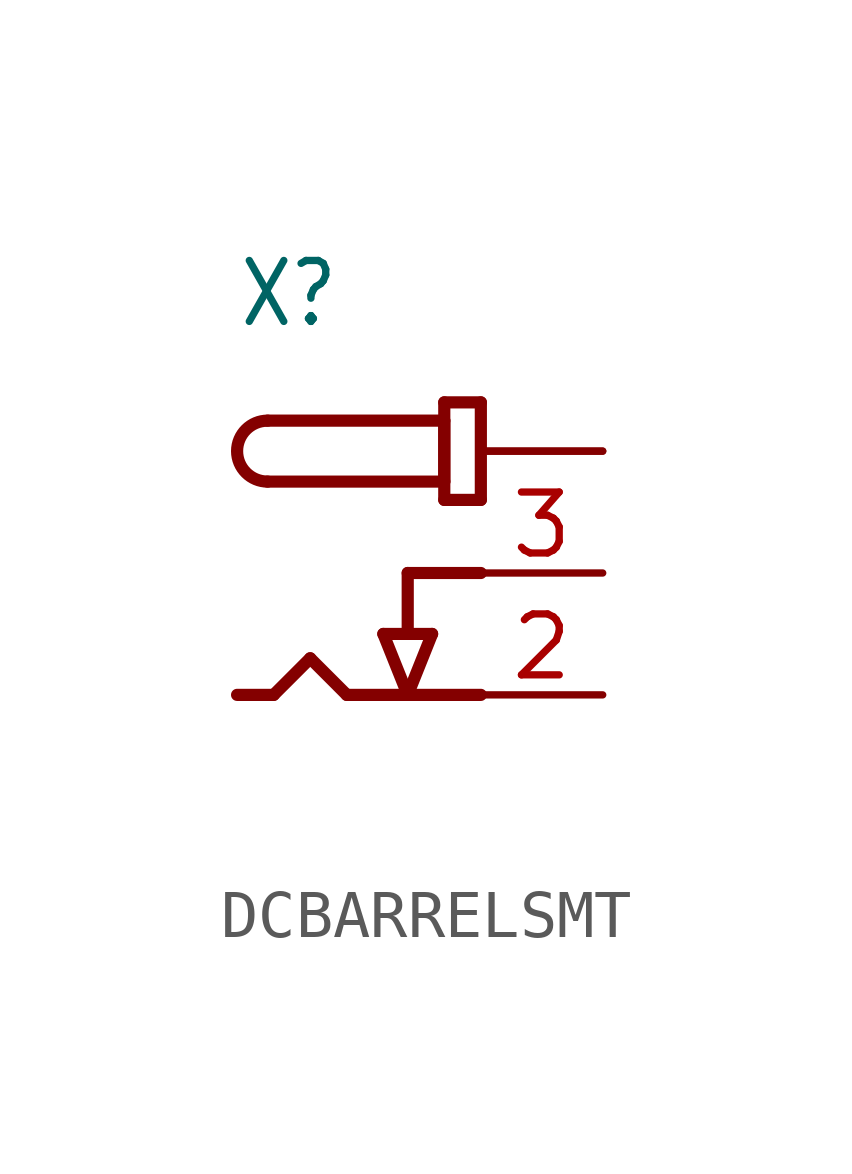
<source format=kicad_sym>
(kicad_symbol_lib
  (version 20220914)
  (generator kicad_symbol_editor)
  (symbol "DCBARRELSMT"
    (property "Reference" "X"
      (at -5.08 5.08 0)
      (effects (font (size 1.27 1.079)) (justify left bottom)))
    (property "Value" ""
      (at -5.08 -5.08 0)
      (effects (font (size 1.27 1.079)) (justify left bottom)))
    (property "ki_locked" ""
      (at 0 0 0)
      (effects (font (size 1.27 1.27))))
    (symbol "DCBARRELSMT_1_0"
      (arc (start -4.445 3.175) (mid -5.08 2.54) (end -4.445 1.905) (stroke (width 0.254) (type solid)) (fill (type none)))
      (polyline (pts (xy -5.08 -2.54) (xy -4.318 -2.54)) (stroke (width 0.254) (type solid)) (fill (type none)))
      (polyline (pts (xy -4.318 -2.54) (xy -3.556 -1.778)) (stroke (width 0.254) (type solid)) (fill (type none)))
      (polyline (pts (xy -3.556 -1.778) (xy -2.794 -2.54)) (stroke (width 0.254) (type solid)) (fill (type none)))
      (polyline (pts (xy -2.032 -1.27) (xy -1.524 -1.27)) (stroke (width 0.254) (type solid)) (fill (type none)))
      (polyline (pts (xy -1.524 -2.54) (xy -2.794 -2.54)) (stroke (width 0.254) (type solid)) (fill (type none)))
      (polyline (pts (xy -1.524 -2.54) (xy -2.032 -1.27)) (stroke (width 0.254) (type solid)) (fill (type none)))
      (polyline (pts (xy -1.524 -1.27) (xy -1.016 -1.27)) (stroke (width 0.254) (type solid)) (fill (type none)))
      (polyline (pts (xy -1.524 0) (xy -1.524 -1.27)) (stroke (width 0.254) (type solid)) (fill (type none)))
      (polyline (pts (xy -1.016 -1.27) (xy -1.524 -2.54)) (stroke (width 0.254) (type solid)) (fill (type none)))
      (polyline (pts (xy -0.762 1.524) (xy -0.762 3.556)) (stroke (width 0.254) (type solid)) (fill (type none)))
      (polyline (pts (xy -0.762 1.905) (xy -4.445 1.905)) (stroke (width 0.254) (type solid)) (fill (type none)))
      (polyline (pts (xy -0.762 3.175) (xy -4.445 3.175)) (stroke (width 0.254) (type solid)) (fill (type none)))
      (polyline (pts (xy -0.762 3.175) (xy -0.762 1.905)) (stroke (width 0.254) (type solid)) (fill (type none)))
      (polyline (pts (xy -0.762 3.556) (xy 0 3.556)) (stroke (width 0.254) (type solid)) (fill (type none)))
      (polyline (pts (xy 0 -2.54) (xy -1.524 -2.54)) (stroke (width 0.254) (type solid)) (fill (type none)))
      (polyline (pts (xy 0 0) (xy -1.524 0)) (stroke (width 0.254) (type solid)) (fill (type none)))
      (polyline (pts (xy 0 1.524) (xy -0.762 1.524)) (stroke (width 0.254) (type solid)) (fill (type none)))
      (polyline (pts (xy 0 3.556) (xy 0 1.524)) (stroke (width 0.254) (type solid)) (fill (type none)))
      (pin power_in line (at 2.54 2.54 180) (length 2.54) (name "PWR" (effects (font (size 0 0)))) (number "1" (effects (font (size 0 0)))))
      (pin power_in line (at 2.54 2.54 180) (length 2.54) (name "PWR" (effects (font (size 0 0)))) (number "1'" (effects (font (size 0 0)))))
      (pin power_in line (at 2.54 -2.54 180) (length 2.54) (name "GND" (effects (font (size 0 0)))) (number "2" (effects (font (size 1.27 1.27)))))
      (pin power_in line (at 2.54 0 180) (length 2.54) (name "GNDBREAK" (effects (font (size 0 0)))) (number "3" (effects (font (size 1.27 1.27))))))))
</source>
